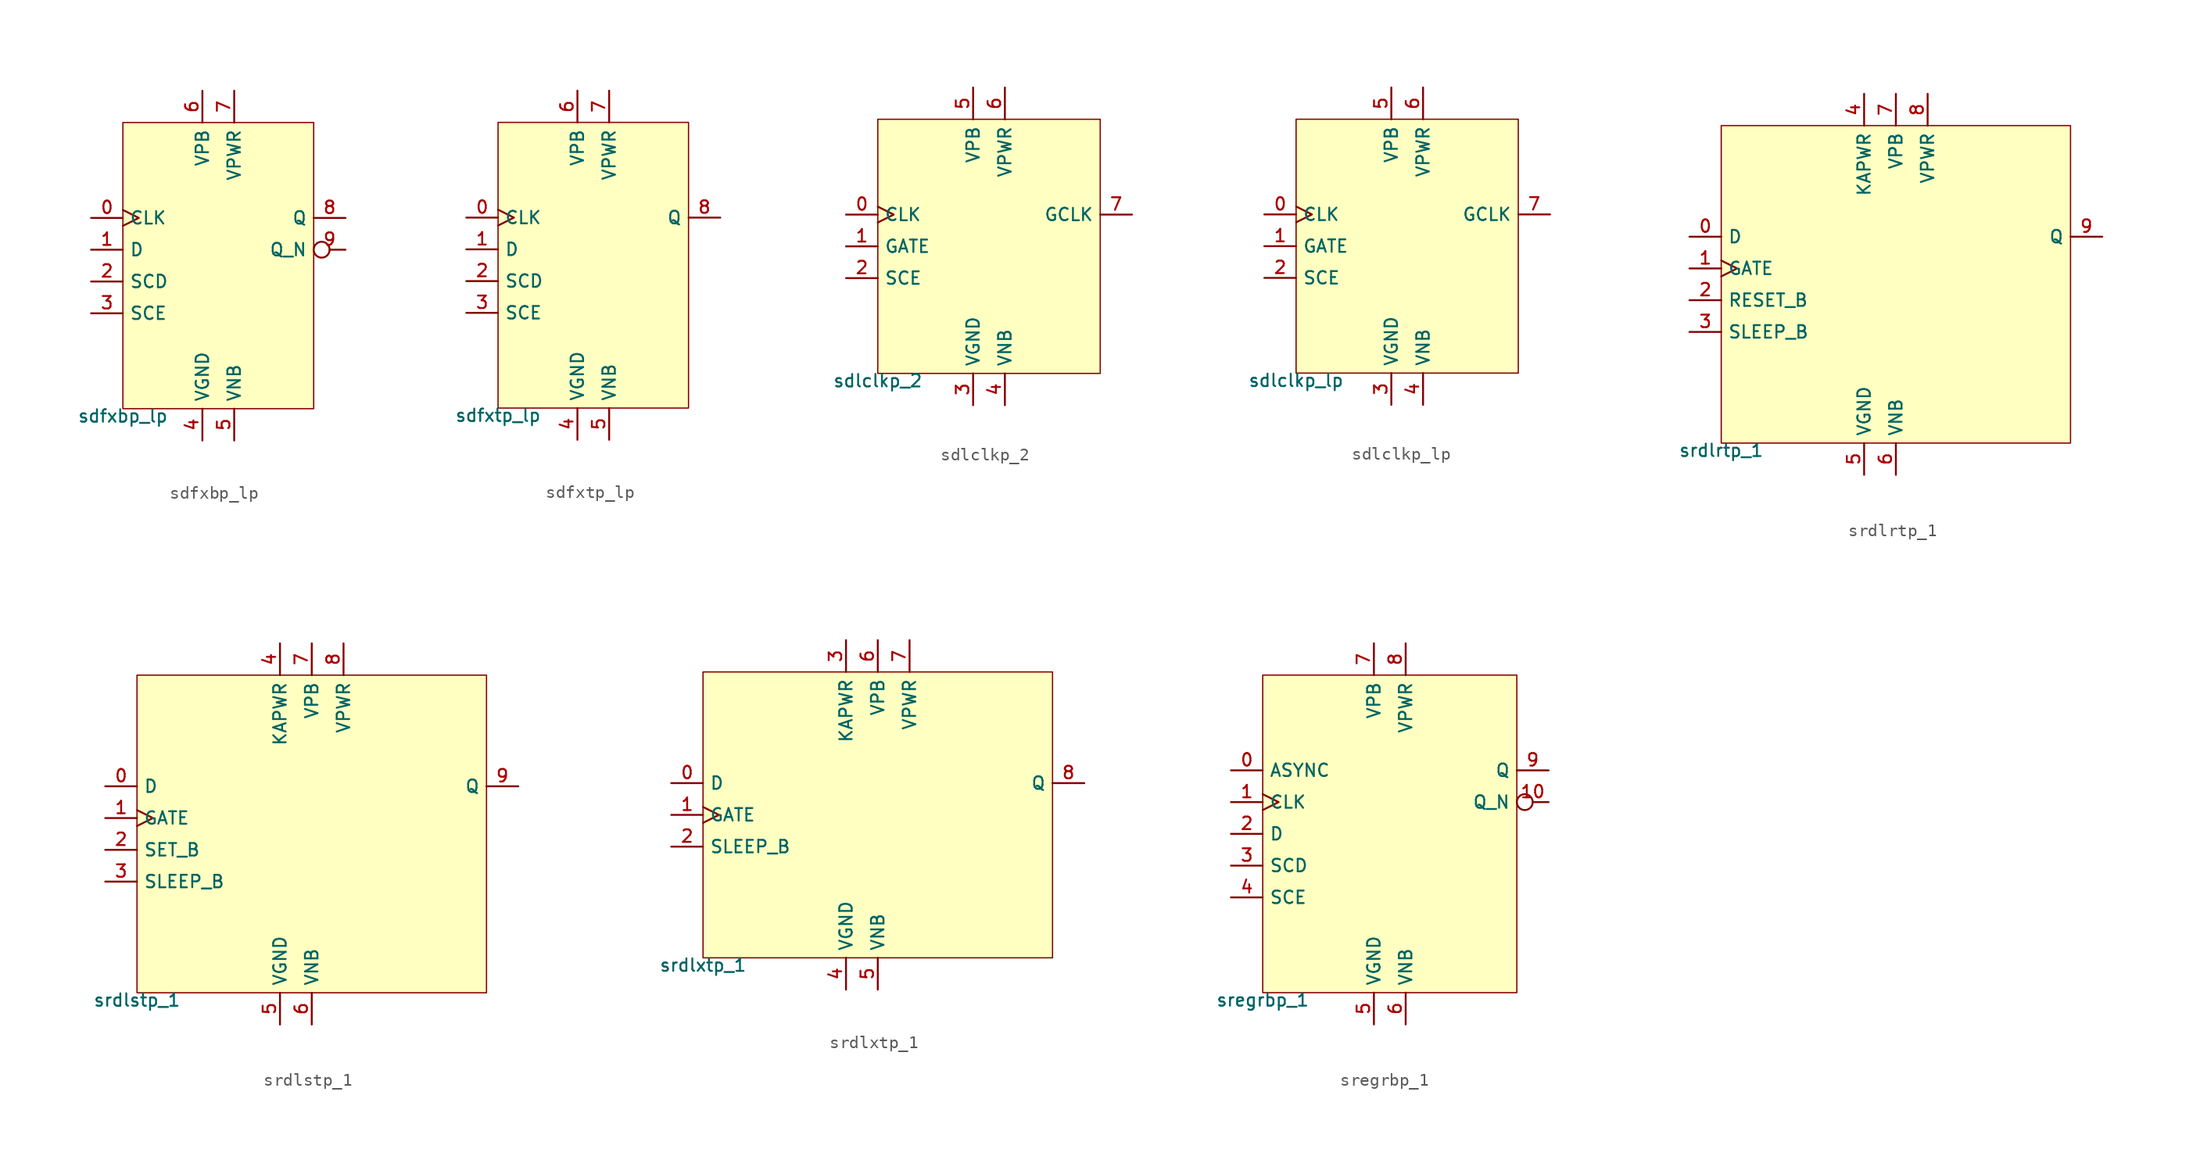
<source format=kicad_sym>
(kicad_symbol_lib
  (version 20211014)
  (generator pdk2kicad)
  (symbol "sdfxbp_lp"
    (property "Reference" "X"
      (at 0 0 0)
      (effects (font (size 1 1)) hide))
    (property "Value" "sdfxbp_lp"
      (at -7.62 -11.43 0)
      (effects (font (size 1 1)) (justify top)))
    (rectangle
      (start -7.62 -11.43)
      (end 7.62 11.43)
      (stroke (width 0.1) (type solid) (color 0 0 0 0))
      (fill (type background)))
    (pin input clock
      (at -10.16 3.81 0)
      (length 2.54)
      (name "CLK" (effects (font (size 1 1)) hide))
      (number "0" (effects (font (size 1 1)) hide)))
    (pin input line
      (at -10.16 1.27 0)
      (length 2.54)
      (name "D" (effects (font (size 1 1)) hide))
      (number "1" (effects (font (size 1 1)) hide)))
    (pin input line
      (at -10.16 -1.27 0)
      (length 2.54)
      (name "SCD" (effects (font (size 1 1)) hide))
      (number "2" (effects (font (size 1 1)) hide)))
    (pin input line
      (at -10.16 -3.81 0)
      (length 2.54)
      (name "SCE" (effects (font (size 1 1)) hide))
      (number "3" (effects (font (size 1 1)) hide)))
    (pin power_in line
      (at -1.27 -13.97 90)
      (length 2.54)
      (name "VGND" (effects (font (size 1 1)) hide))
      (number "4" (effects (font (size 1 1)) hide)))
    (pin power_in line
      (at 1.27 -13.97 90)
      (length 2.54)
      (name "VNB" (effects (font (size 1 1)) hide))
      (number "5" (effects (font (size 1 1)) hide)))
    (pin power_in line
      (at -1.27 13.97 270)
      (length 2.54)
      (name "VPB" (effects (font (size 1 1)) hide))
      (number "6" (effects (font (size 1 1)) hide)))
    (pin power_in line
      (at 1.27 13.97 270)
      (length 2.54)
      (name "VPWR" (effects (font (size 1 1)) hide))
      (number "7" (effects (font (size 1 1)) hide)))
    (pin output line
      (at 10.16 3.81 180)
      (length 2.54)
      (name "Q" (effects (font (size 1 1)) hide))
      (number "8" (effects (font (size 1 1)) hide)))
    (pin output inverted
      (at 10.16 1.27 180)
      (length 2.54)
      (name "Q_N" (effects (font (size 1 1)) hide))
      (number "9" (effects (font (size 1 1)) hide))))
  (symbol "sdfxtp_lp"
    (property "Reference" "X"
      (at 0 0 0)
      (effects (font (size 1 1)) hide))
    (property "Value" "sdfxtp_lp"
      (at -7.62 -11.43 0)
      (effects (font (size 1 1)) (justify top)))
    (rectangle
      (start -7.62 -11.43)
      (end 7.62 11.43)
      (stroke (width 0.1) (type solid) (color 0 0 0 0))
      (fill (type background)))
    (pin input clock
      (at -10.16 3.81 0)
      (length 2.54)
      (name "CLK" (effects (font (size 1 1)) hide))
      (number "0" (effects (font (size 1 1)) hide)))
    (pin input line
      (at -10.16 1.27 0)
      (length 2.54)
      (name "D" (effects (font (size 1 1)) hide))
      (number "1" (effects (font (size 1 1)) hide)))
    (pin input line
      (at -10.16 -1.27 0)
      (length 2.54)
      (name "SCD" (effects (font (size 1 1)) hide))
      (number "2" (effects (font (size 1 1)) hide)))
    (pin input line
      (at -10.16 -3.81 0)
      (length 2.54)
      (name "SCE" (effects (font (size 1 1)) hide))
      (number "3" (effects (font (size 1 1)) hide)))
    (pin power_in line
      (at -1.27 -13.97 90)
      (length 2.54)
      (name "VGND" (effects (font (size 1 1)) hide))
      (number "4" (effects (font (size 1 1)) hide)))
    (pin power_in line
      (at 1.27 -13.97 90)
      (length 2.54)
      (name "VNB" (effects (font (size 1 1)) hide))
      (number "5" (effects (font (size 1 1)) hide)))
    (pin power_in line
      (at -1.27 13.97 270)
      (length 2.54)
      (name "VPB" (effects (font (size 1 1)) hide))
      (number "6" (effects (font (size 1 1)) hide)))
    (pin power_in line
      (at 1.27 13.97 270)
      (length 2.54)
      (name "VPWR" (effects (font (size 1 1)) hide))
      (number "7" (effects (font (size 1 1)) hide)))
    (pin output line
      (at 10.16 3.81 180)
      (length 2.54)
      (name "Q" (effects (font (size 1 1)) hide))
      (number "8" (effects (font (size 1 1)) hide))))
  (symbol "sdlclkp_2"
    (property "Reference" "X"
      (at 0 0 0)
      (effects (font (size 1 1)) hide))
    (property "Value" "sdlclkp_2"
      (at -8.89 -10.16 0)
      (effects (font (size 1 1)) (justify top)))
    (rectangle
      (start -8.89 -10.16)
      (end 8.89 10.16)
      (stroke (width 0.1) (type solid) (color 0 0 0 0))
      (fill (type background)))
    (pin input clock
      (at -11.43 2.54 0)
      (length 2.54)
      (name "CLK" (effects (font (size 1 1)) hide))
      (number "0" (effects (font (size 1 1)) hide)))
    (pin input line
      (at -11.43 0.0 0)
      (length 2.54)
      (name "GATE" (effects (font (size 1 1)) hide))
      (number "1" (effects (font (size 1 1)) hide)))
    (pin input line
      (at -11.43 -2.54 0)
      (length 2.54)
      (name "SCE" (effects (font (size 1 1)) hide))
      (number "2" (effects (font (size 1 1)) hide)))
    (pin power_in line
      (at -1.27 -12.7 90)
      (length 2.54)
      (name "VGND" (effects (font (size 1 1)) hide))
      (number "3" (effects (font (size 1 1)) hide)))
    (pin power_in line
      (at 1.27 -12.7 90)
      (length 2.54)
      (name "VNB" (effects (font (size 1 1)) hide))
      (number "4" (effects (font (size 1 1)) hide)))
    (pin power_in line
      (at -1.27 12.7 270)
      (length 2.54)
      (name "VPB" (effects (font (size 1 1)) hide))
      (number "5" (effects (font (size 1 1)) hide)))
    (pin power_in line
      (at 1.27 12.7 270)
      (length 2.54)
      (name "VPWR" (effects (font (size 1 1)) hide))
      (number "6" (effects (font (size 1 1)) hide)))
    (pin output line
      (at 11.43 2.54 180)
      (length 2.54)
      (name "GCLK" (effects (font (size 1 1)) hide))
      (number "7" (effects (font (size 1 1)) hide))))
  (symbol "sdlclkp_lp"
    (property "Reference" "X"
      (at 0 0 0)
      (effects (font (size 1 1)) hide))
    (property "Value" "sdlclkp_lp"
      (at -8.89 -10.16 0)
      (effects (font (size 1 1)) (justify top)))
    (rectangle
      (start -8.89 -10.16)
      (end 8.89 10.16)
      (stroke (width 0.1) (type solid) (color 0 0 0 0))
      (fill (type background)))
    (pin input clock
      (at -11.43 2.54 0)
      (length 2.54)
      (name "CLK" (effects (font (size 1 1)) hide))
      (number "0" (effects (font (size 1 1)) hide)))
    (pin input line
      (at -11.43 0.0 0)
      (length 2.54)
      (name "GATE" (effects (font (size 1 1)) hide))
      (number "1" (effects (font (size 1 1)) hide)))
    (pin input line
      (at -11.43 -2.54 0)
      (length 2.54)
      (name "SCE" (effects (font (size 1 1)) hide))
      (number "2" (effects (font (size 1 1)) hide)))
    (pin power_in line
      (at -1.27 -12.7 90)
      (length 2.54)
      (name "VGND" (effects (font (size 1 1)) hide))
      (number "3" (effects (font (size 1 1)) hide)))
    (pin power_in line
      (at 1.27 -12.7 90)
      (length 2.54)
      (name "VNB" (effects (font (size 1 1)) hide))
      (number "4" (effects (font (size 1 1)) hide)))
    (pin power_in line
      (at -1.27 12.7 270)
      (length 2.54)
      (name "VPB" (effects (font (size 1 1)) hide))
      (number "5" (effects (font (size 1 1)) hide)))
    (pin power_in line
      (at 1.27 12.7 270)
      (length 2.54)
      (name "VPWR" (effects (font (size 1 1)) hide))
      (number "6" (effects (font (size 1 1)) hide)))
    (pin output line
      (at 11.43 2.54 180)
      (length 2.54)
      (name "GCLK" (effects (font (size 1 1)) hide))
      (number "7" (effects (font (size 1 1)) hide))))
  (symbol "srdlrtp_1"
    (property "Reference" "X"
      (at 0 0 0)
      (effects (font (size 1 1)) hide))
    (property "Value" "srdlrtp_1"
      (at -13.97 -12.7 0)
      (effects (font (size 1 1)) (justify top)))
    (rectangle
      (start -13.97 -12.7)
      (end 13.97 12.7)
      (stroke (width 0.1) (type solid) (color 0 0 0 0))
      (fill (type background)))
    (pin input line
      (at -16.51 3.81 0)
      (length 2.54)
      (name "D" (effects (font (size 1 1)) hide))
      (number "0" (effects (font (size 1 1)) hide)))
    (pin input clock
      (at -16.51 1.27 0)
      (length 2.54)
      (name "GATE" (effects (font (size 1 1)) hide))
      (number "1" (effects (font (size 1 1)) hide)))
    (pin input line
      (at -16.51 -1.27 0)
      (length 2.54)
      (name "RESET_B" (effects (font (size 1 1)) hide))
      (number "2" (effects (font (size 1 1)) hide)))
    (pin input line
      (at -16.51 -3.81 0)
      (length 2.54)
      (name "SLEEP_B" (effects (font (size 1 1)) hide))
      (number "3" (effects (font (size 1 1)) hide)))
    (pin power_in line
      (at -2.54 15.24 270)
      (length 2.54)
      (name "KAPWR" (effects (font (size 1 1)) hide))
      (number "4" (effects (font (size 1 1)) hide)))
    (pin power_in line
      (at -2.54 -15.24 90)
      (length 2.54)
      (name "VGND" (effects (font (size 1 1)) hide))
      (number "5" (effects (font (size 1 1)) hide)))
    (pin power_in line
      (at 0.0 -15.24 90)
      (length 2.54)
      (name "VNB" (effects (font (size 1 1)) hide))
      (number "6" (effects (font (size 1 1)) hide)))
    (pin power_in line
      (at 0.0 15.24 270)
      (length 2.54)
      (name "VPB" (effects (font (size 1 1)) hide))
      (number "7" (effects (font (size 1 1)) hide)))
    (pin power_in line
      (at 2.54 15.24 270)
      (length 2.54)
      (name "VPWR" (effects (font (size 1 1)) hide))
      (number "8" (effects (font (size 1 1)) hide)))
    (pin output line
      (at 16.51 3.81 180)
      (length 2.54)
      (name "Q" (effects (font (size 1 1)) hide))
      (number "9" (effects (font (size 1 1)) hide))))
  (symbol "srdlstp_1"
    (property "Reference" "X"
      (at 0 0 0)
      (effects (font (size 1 1)) hide))
    (property "Value" "srdlstp_1"
      (at -13.97 -12.7 0)
      (effects (font (size 1 1)) (justify top)))
    (rectangle
      (start -13.97 -12.7)
      (end 13.97 12.7)
      (stroke (width 0.1) (type solid) (color 0 0 0 0))
      (fill (type background)))
    (pin input line
      (at -16.51 3.81 0)
      (length 2.54)
      (name "D" (effects (font (size 1 1)) hide))
      (number "0" (effects (font (size 1 1)) hide)))
    (pin input clock
      (at -16.51 1.27 0)
      (length 2.54)
      (name "GATE" (effects (font (size 1 1)) hide))
      (number "1" (effects (font (size 1 1)) hide)))
    (pin input line
      (at -16.51 -1.27 0)
      (length 2.54)
      (name "SET_B" (effects (font (size 1 1)) hide))
      (number "2" (effects (font (size 1 1)) hide)))
    (pin input line
      (at -16.51 -3.81 0)
      (length 2.54)
      (name "SLEEP_B" (effects (font (size 1 1)) hide))
      (number "3" (effects (font (size 1 1)) hide)))
    (pin power_in line
      (at -2.54 15.24 270)
      (length 2.54)
      (name "KAPWR" (effects (font (size 1 1)) hide))
      (number "4" (effects (font (size 1 1)) hide)))
    (pin power_in line
      (at -2.54 -15.24 90)
      (length 2.54)
      (name "VGND" (effects (font (size 1 1)) hide))
      (number "5" (effects (font (size 1 1)) hide)))
    (pin power_in line
      (at 0.0 -15.24 90)
      (length 2.54)
      (name "VNB" (effects (font (size 1 1)) hide))
      (number "6" (effects (font (size 1 1)) hide)))
    (pin power_in line
      (at 0.0 15.24 270)
      (length 2.54)
      (name "VPB" (effects (font (size 1 1)) hide))
      (number "7" (effects (font (size 1 1)) hide)))
    (pin power_in line
      (at 2.54 15.24 270)
      (length 2.54)
      (name "VPWR" (effects (font (size 1 1)) hide))
      (number "8" (effects (font (size 1 1)) hide)))
    (pin output line
      (at 16.51 3.81 180)
      (length 2.54)
      (name "Q" (effects (font (size 1 1)) hide))
      (number "9" (effects (font (size 1 1)) hide))))
  (symbol "srdlxtp_1"
    (property "Reference" "X"
      (at 0 0 0)
      (effects (font (size 1 1)) hide))
    (property "Value" "srdlxtp_1"
      (at -13.97 -11.43 0)
      (effects (font (size 1 1)) (justify top)))
    (rectangle
      (start -13.97 -11.43)
      (end 13.97 11.43)
      (stroke (width 0.1) (type solid) (color 0 0 0 0))
      (fill (type background)))
    (pin input line
      (at -16.51 2.54 0)
      (length 2.54)
      (name "D" (effects (font (size 1 1)) hide))
      (number "0" (effects (font (size 1 1)) hide)))
    (pin input clock
      (at -16.51 0.0 0)
      (length 2.54)
      (name "GATE" (effects (font (size 1 1)) hide))
      (number "1" (effects (font (size 1 1)) hide)))
    (pin input line
      (at -16.51 -2.54 0)
      (length 2.54)
      (name "SLEEP_B" (effects (font (size 1 1)) hide))
      (number "2" (effects (font (size 1 1)) hide)))
    (pin power_in line
      (at -2.54 13.97 270)
      (length 2.54)
      (name "KAPWR" (effects (font (size 1 1)) hide))
      (number "3" (effects (font (size 1 1)) hide)))
    (pin power_in line
      (at -2.54 -13.97 90)
      (length 2.54)
      (name "VGND" (effects (font (size 1 1)) hide))
      (number "4" (effects (font (size 1 1)) hide)))
    (pin power_in line
      (at 0.0 -13.97 90)
      (length 2.54)
      (name "VNB" (effects (font (size 1 1)) hide))
      (number "5" (effects (font (size 1 1)) hide)))
    (pin power_in line
      (at 0.0 13.97 270)
      (length 2.54)
      (name "VPB" (effects (font (size 1 1)) hide))
      (number "6" (effects (font (size 1 1)) hide)))
    (pin power_in line
      (at 2.54 13.97 270)
      (length 2.54)
      (name "VPWR" (effects (font (size 1 1)) hide))
      (number "7" (effects (font (size 1 1)) hide)))
    (pin output line
      (at 16.51 2.54 180)
      (length 2.54)
      (name "Q" (effects (font (size 1 1)) hide))
      (number "8" (effects (font (size 1 1)) hide))))
  (symbol "sregrbp_1"
    (property "Reference" "X"
      (at 0 0 0)
      (effects (font (size 1 1)) hide))
    (property "Value" "sregrbp_1"
      (at -10.16 -12.7 0)
      (effects (font (size 1 1)) (justify top)))
    (rectangle
      (start -10.16 -12.7)
      (end 10.16 12.7)
      (stroke (width 0.1) (type solid) (color 0 0 0 0))
      (fill (type background)))
    (pin input line
      (at -12.7 5.08 0)
      (length 2.54)
      (name "ASYNC" (effects (font (size 1 1)) hide))
      (number "0" (effects (font (size 1 1)) hide)))
    (pin input clock
      (at -12.7 2.54 0)
      (length 2.54)
      (name "CLK" (effects (font (size 1 1)) hide))
      (number "1" (effects (font (size 1 1)) hide)))
    (pin input line
      (at -12.7 -8.881784197001252e-16 0)
      (length 2.54)
      (name "D" (effects (font (size 1 1)) hide))
      (number "2" (effects (font (size 1 1)) hide)))
    (pin input line
      (at -12.7 -2.54 0)
      (length 2.54)
      (name "SCD" (effects (font (size 1 1)) hide))
      (number "3" (effects (font (size 1 1)) hide)))
    (pin input line
      (at -12.7 -5.08 0)
      (length 2.54)
      (name "SCE" (effects (font (size 1 1)) hide))
      (number "4" (effects (font (size 1 1)) hide)))
    (pin power_in line
      (at -1.27 -15.24 90)
      (length 2.54)
      (name "VGND" (effects (font (size 1 1)) hide))
      (number "5" (effects (font (size 1 1)) hide)))
    (pin power_in line
      (at 1.27 -15.24 90)
      (length 2.54)
      (name "VNB" (effects (font (size 1 1)) hide))
      (number "6" (effects (font (size 1 1)) hide)))
    (pin power_in line
      (at -1.27 15.24 270)
      (length 2.54)
      (name "VPB" (effects (font (size 1 1)) hide))
      (number "7" (effects (font (size 1 1)) hide)))
    (pin power_in line
      (at 1.27 15.24 270)
      (length 2.54)
      (name "VPWR" (effects (font (size 1 1)) hide))
      (number "8" (effects (font (size 1 1)) hide)))
    (pin output line
      (at 12.7 5.08 180)
      (length 2.54)
      (name "Q" (effects (font (size 1 1)) hide))
      (number "9" (effects (font (size 1 1)) hide)))
    (pin output inverted
      (at 12.7 2.54 180)
      (length 2.54)
      (name "Q_N" (effects (font (size 1 1)) hide))
      (number "10" (effects (font (size 1 1)) hide)))))
</source>
